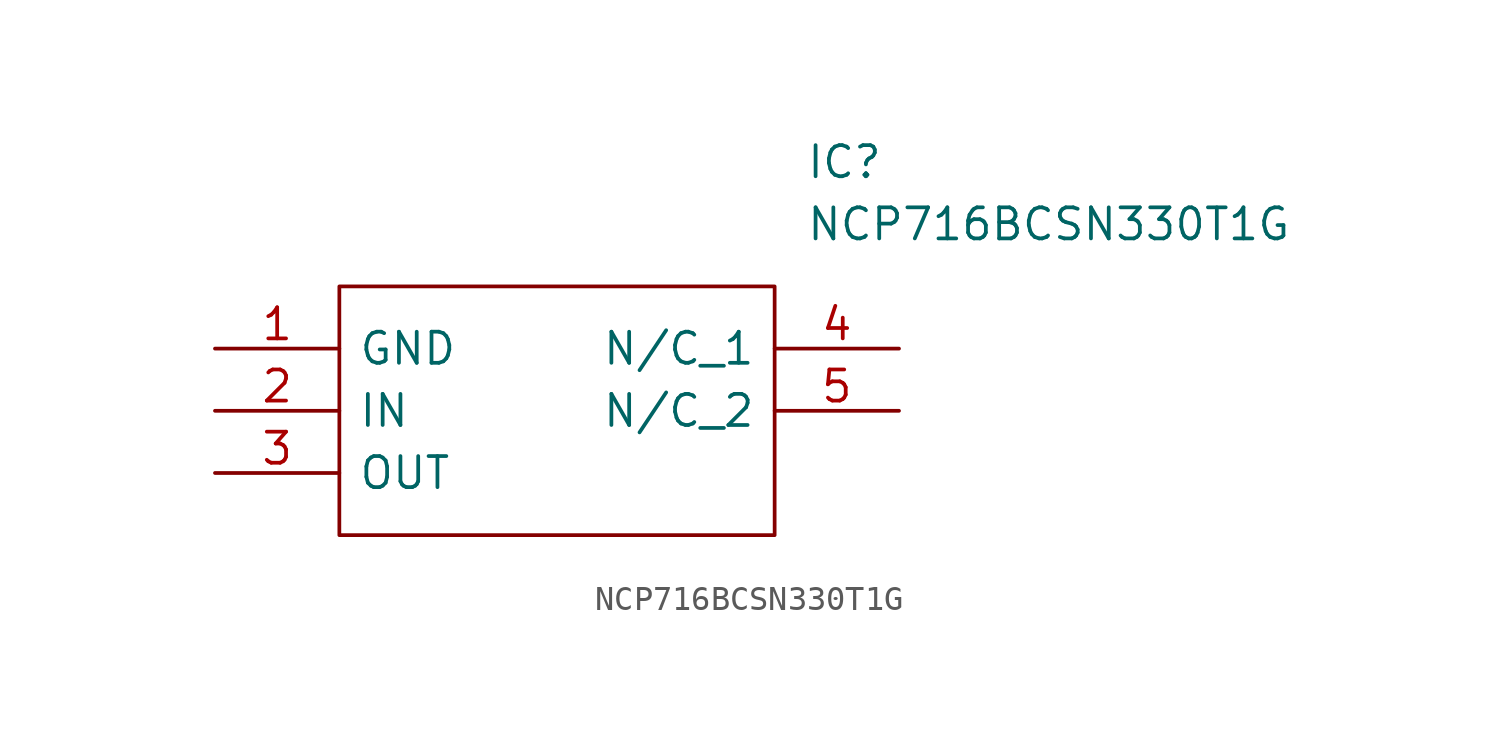
<source format=kicad_sym>
(kicad_symbol_lib
  (version 20211014)
  (generator kicad_symbol_editor)
  (symbol "NCP716BCSN330T1G"
    (pin_names
      (offset 0.762))
    (property "Reference" "IC"
      (at 24.13 7.62 0)
      (effects (font (size 1.27 1.27)) (justify left)))
    (property "Value" "NCP716BCSN330T1G"
      (at 24.13 5.08 0)
      (effects (font (size 1.27 1.27)) (justify left)))
    (symbol "NCP716BCSN330T1G_0_0"
      (pin passive line (at 0 0 0) (length 5.08) (name "GND" (effects (font (size 1.27 1.27)))) (number "1" (effects (font (size 1.27 1.27)))))
      (pin passive line (at 0 -2.54 0) (length 5.08) (name "IN" (effects (font (size 1.27 1.27)))) (number "2" (effects (font (size 1.27 1.27)))))
      (pin passive line (at 0 -5.08 0) (length 5.08) (name "OUT" (effects (font (size 1.27 1.27)))) (number "3" (effects (font (size 1.27 1.27)))))
      (pin passive line (at 27.94 0 180) (length 5.08) (name "N/C_1" (effects (font (size 1.27 1.27)))) (number "4" (effects (font (size 1.27 1.27)))))
      (pin passive line (at 27.94 -2.54 180) (length 5.08) (name "N/C_2" (effects (font (size 1.27 1.27)))) (number "5" (effects (font (size 1.27 1.27))))))
    (symbol "NCP716BCSN330T1G_0_1"
      (polyline (pts (xy 5.08 2.54) (xy 22.86 2.54) (xy 22.86 -7.62) (xy 5.08 -7.62) (xy 5.08 2.54)) (stroke (width 0.152) (type default) (color 0 0 0 0)) (fill (type none))))))
</source>
